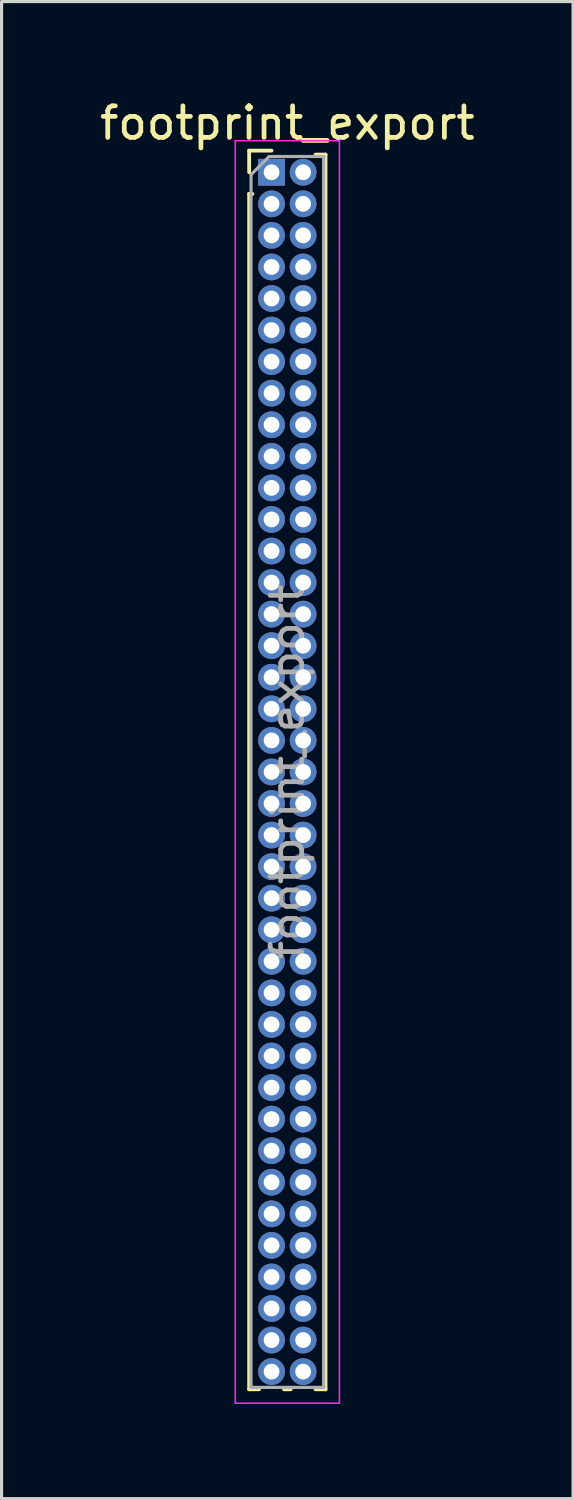
<source format=kicad_pcb>
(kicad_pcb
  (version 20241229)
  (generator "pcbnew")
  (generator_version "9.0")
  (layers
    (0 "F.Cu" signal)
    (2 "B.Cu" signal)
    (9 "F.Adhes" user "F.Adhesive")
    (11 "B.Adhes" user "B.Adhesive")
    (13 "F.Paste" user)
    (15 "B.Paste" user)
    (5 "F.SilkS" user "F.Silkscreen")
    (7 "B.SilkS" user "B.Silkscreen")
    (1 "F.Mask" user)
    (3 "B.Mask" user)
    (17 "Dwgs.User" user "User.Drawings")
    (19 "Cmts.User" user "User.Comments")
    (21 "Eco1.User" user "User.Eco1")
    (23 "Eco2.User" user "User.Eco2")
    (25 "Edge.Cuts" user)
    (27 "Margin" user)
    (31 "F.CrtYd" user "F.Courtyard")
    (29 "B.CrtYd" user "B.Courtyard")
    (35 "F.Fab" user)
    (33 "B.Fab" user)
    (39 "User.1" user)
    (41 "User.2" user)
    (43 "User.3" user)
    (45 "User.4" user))
  (footprint "footprint_export"
    (layer "F.Cu")
    (at 5.554 2.408)
    (property "Reference" "footprint_export" (at 0.5 -1.56 0) (layer "F.SilkS") (effects (font (size 1 1) (thickness 0.15))))
    (attr through_hole)
    (fp_line (start -0.71 -0.685) (end 0 -0.685) (stroke (width 0.12) (type solid)) (layer "F.SilkS"))
    (fp_line (start -0.71 0) (end -0.71 -0.685) (stroke (width 0.12) (type solid)) (layer "F.SilkS"))
    (fp_line (start -0.71 0.685) (end -0.71 38.56) (stroke (width 0.12) (type solid)) (layer "F.SilkS"))
    (fp_line (start -0.71 0.685) (end -0.608 0.685) (stroke (width 0.12) (type solid)) (layer "F.SilkS"))
    (fp_line (start -0.71 38.56) (end -0.394 38.56) (stroke (width 0.12) (type solid)) (layer "F.SilkS"))
    (fp_line (start 0.394 38.56) (end 0.606 38.56) (stroke (width 0.12) (type solid)) (layer "F.SilkS"))
    (fp_line (start 1.394 -0.56) (end 1.71 -0.56) (stroke (width 0.12) (type solid)) (layer "F.SilkS"))
    (fp_line (start 1.394 38.56) (end 1.71 38.56) (stroke (width 0.12) (type solid)) (layer "F.SilkS"))
    (fp_line (start 1.71 -0.56) (end 1.71 38.56) (stroke (width 0.12) (type solid)) (layer "F.SilkS"))
    (fp_line (start -1.15 -1) (end -1.15 39) (stroke (width 0.05) (type solid)) (layer "F.CrtYd"))
    (fp_line (start -1.15 39) (end 2.15 39) (stroke (width 0.05) (type solid)) (layer "F.CrtYd"))
    (fp_line (start 2.15 -1) (end -1.15 -1) (stroke (width 0.05) (type solid)) (layer "F.CrtYd"))
    (fp_line (start 2.15 39) (end 2.15 -1) (stroke (width 0.05) (type solid)) (layer "F.CrtYd"))
    (fp_line (start -0.65 0.075) (end -0.075 -0.5) (stroke (width 0.1) (type solid)) (layer "F.Fab"))
    (fp_line (start -0.65 38.5) (end -0.65 0.075) (stroke (width 0.1) (type solid)) (layer "F.Fab"))
    (fp_line (start -0.075 -0.5) (end 1.65 -0.5) (stroke (width 0.1) (type solid)) (layer "F.Fab"))
    (fp_line (start 1.65 -0.5) (end 1.65 38.5) (stroke (width 0.1) (type solid)) (layer "F.Fab"))
    (fp_line (start 1.65 38.5) (end -0.65 38.5) (stroke (width 0.1) (type solid)) (layer "F.Fab"))
    (fp_text user "${REFERENCE}" (at 0.5 19 90) (layer "F.Fab") (effects (font (size 1 1) (thickness 0.15))))
    (pad "1" thru_hole rect (at 0 0) (size 0.85 0.85) (drill 0.5) (layers "*.Cu" "*.Mask"))
    (pad "2" thru_hole oval (at 1 0) (size 0.85 0.85) (drill 0.5) (layers "*.Cu" "*.Mask"))
    (pad "3" thru_hole oval (at 0 1) (size 0.85 0.85) (drill 0.5) (layers "*.Cu" "*.Mask"))
    (pad "4" thru_hole oval (at 1 1) (size 0.85 0.85) (drill 0.5) (layers "*.Cu" "*.Mask"))
    (pad "5" thru_hole oval (at 0 2) (size 0.85 0.85) (drill 0.5) (layers "*.Cu" "*.Mask"))
    (pad "6" thru_hole oval (at 1 2) (size 0.85 0.85) (drill 0.5) (layers "*.Cu" "*.Mask"))
    (pad "7" thru_hole oval (at 0 3) (size 0.85 0.85) (drill 0.5) (layers "*.Cu" "*.Mask"))
    (pad "8" thru_hole oval (at 1 3) (size 0.85 0.85) (drill 0.5) (layers "*.Cu" "*.Mask"))
    (pad "9" thru_hole oval (at 0 4) (size 0.85 0.85) (drill 0.5) (layers "*.Cu" "*.Mask"))
    (pad "10" thru_hole oval (at 1 4) (size 0.85 0.85) (drill 0.5) (layers "*.Cu" "*.Mask"))
    (pad "11" thru_hole oval (at 0 5) (size 0.85 0.85) (drill 0.5) (layers "*.Cu" "*.Mask"))
    (pad "12" thru_hole oval (at 1 5) (size 0.85 0.85) (drill 0.5) (layers "*.Cu" "*.Mask"))
    (pad "13" thru_hole oval (at 0 6) (size 0.85 0.85) (drill 0.5) (layers "*.Cu" "*.Mask"))
    (pad "14" thru_hole oval (at 1 6) (size 0.85 0.85) (drill 0.5) (layers "*.Cu" "*.Mask"))
    (pad "15" thru_hole oval (at 0 7) (size 0.85 0.85) (drill 0.5) (layers "*.Cu" "*.Mask"))
    (pad "16" thru_hole oval (at 1 7) (size 0.85 0.85) (drill 0.5) (layers "*.Cu" "*.Mask"))
    (pad "17" thru_hole oval (at 0 8) (size 0.85 0.85) (drill 0.5) (layers "*.Cu" "*.Mask"))
    (pad "18" thru_hole oval (at 1 8) (size 0.85 0.85) (drill 0.5) (layers "*.Cu" "*.Mask"))
    (pad "19" thru_hole oval (at 0 9) (size 0.85 0.85) (drill 0.5) (layers "*.Cu" "*.Mask"))
    (pad "20" thru_hole oval (at 1 9) (size 0.85 0.85) (drill 0.5) (layers "*.Cu" "*.Mask"))
    (pad "21" thru_hole oval (at 0 10) (size 0.85 0.85) (drill 0.5) (layers "*.Cu" "*.Mask"))
    (pad "22" thru_hole oval (at 1 10) (size 0.85 0.85) (drill 0.5) (layers "*.Cu" "*.Mask"))
    (pad "23" thru_hole oval (at 0 11) (size 0.85 0.85) (drill 0.5) (layers "*.Cu" "*.Mask"))
    (pad "24" thru_hole oval (at 1 11) (size 0.85 0.85) (drill 0.5) (layers "*.Cu" "*.Mask"))
    (pad "25" thru_hole oval (at 0 12) (size 0.85 0.85) (drill 0.5) (layers "*.Cu" "*.Mask"))
    (pad "26" thru_hole oval (at 1 12) (size 0.85 0.85) (drill 0.5) (layers "*.Cu" "*.Mask"))
    (pad "27" thru_hole oval (at 0 13) (size 0.85 0.85) (drill 0.5) (layers "*.Cu" "*.Mask"))
    (pad "28" thru_hole oval (at 1 13) (size 0.85 0.85) (drill 0.5) (layers "*.Cu" "*.Mask"))
    (pad "29" thru_hole oval (at 0 14) (size 0.85 0.85) (drill 0.5) (layers "*.Cu" "*.Mask"))
    (pad "30" thru_hole oval (at 1 14) (size 0.85 0.85) (drill 0.5) (layers "*.Cu" "*.Mask"))
    (pad "31" thru_hole oval (at 0 15) (size 0.85 0.85) (drill 0.5) (layers "*.Cu" "*.Mask"))
    (pad "32" thru_hole oval (at 1 15) (size 0.85 0.85) (drill 0.5) (layers "*.Cu" "*.Mask"))
    (pad "33" thru_hole oval (at 0 16) (size 0.85 0.85) (drill 0.5) (layers "*.Cu" "*.Mask"))
    (pad "34" thru_hole oval (at 1 16) (size 0.85 0.85) (drill 0.5) (layers "*.Cu" "*.Mask"))
    (pad "35" thru_hole oval (at 0 17) (size 0.85 0.85) (drill 0.5) (layers "*.Cu" "*.Mask"))
    (pad "36" thru_hole oval (at 1 17) (size 0.85 0.85) (drill 0.5) (layers "*.Cu" "*.Mask"))
    (pad "37" thru_hole oval (at 0 18) (size 0.85 0.85) (drill 0.5) (layers "*.Cu" "*.Mask"))
    (pad "38" thru_hole oval (at 1 18) (size 0.85 0.85) (drill 0.5) (layers "*.Cu" "*.Mask"))
    (pad "39" thru_hole oval (at 0 19) (size 0.85 0.85) (drill 0.5) (layers "*.Cu" "*.Mask"))
    (pad "40" thru_hole oval (at 1 19) (size 0.85 0.85) (drill 0.5) (layers "*.Cu" "*.Mask"))
    (pad "41" thru_hole oval (at 0 20) (size 0.85 0.85) (drill 0.5) (layers "*.Cu" "*.Mask"))
    (pad "42" thru_hole oval (at 1 20) (size 0.85 0.85) (drill 0.5) (layers "*.Cu" "*.Mask"))
    (pad "43" thru_hole oval (at 0 21) (size 0.85 0.85) (drill 0.5) (layers "*.Cu" "*.Mask"))
    (pad "44" thru_hole oval (at 1 21) (size 0.85 0.85) (drill 0.5) (layers "*.Cu" "*.Mask"))
    (pad "45" thru_hole oval (at 0 22) (size 0.85 0.85) (drill 0.5) (layers "*.Cu" "*.Mask"))
    (pad "46" thru_hole oval (at 1 22) (size 0.85 0.85) (drill 0.5) (layers "*.Cu" "*.Mask"))
    (pad "47" thru_hole oval (at 0 23) (size 0.85 0.85) (drill 0.5) (layers "*.Cu" "*.Mask"))
    (pad "48" thru_hole oval (at 1 23) (size 0.85 0.85) (drill 0.5) (layers "*.Cu" "*.Mask"))
    (pad "49" thru_hole oval (at 0 24) (size 0.85 0.85) (drill 0.5) (layers "*.Cu" "*.Mask"))
    (pad "50" thru_hole oval (at 1 24) (size 0.85 0.85) (drill 0.5) (layers "*.Cu" "*.Mask"))
    (pad "51" thru_hole oval (at 0 25) (size 0.85 0.85) (drill 0.5) (layers "*.Cu" "*.Mask"))
    (pad "52" thru_hole oval (at 1 25) (size 0.85 0.85) (drill 0.5) (layers "*.Cu" "*.Mask"))
    (pad "53" thru_hole oval (at 0 26) (size 0.85 0.85) (drill 0.5) (layers "*.Cu" "*.Mask"))
    (pad "54" thru_hole oval (at 1 26) (size 0.85 0.85) (drill 0.5) (layers "*.Cu" "*.Mask"))
    (pad "55" thru_hole oval (at 0 27) (size 0.85 0.85) (drill 0.5) (layers "*.Cu" "*.Mask"))
    (pad "56" thru_hole oval (at 1 27) (size 0.85 0.85) (drill 0.5) (layers "*.Cu" "*.Mask"))
    (pad "57" thru_hole oval (at 0 28) (size 0.85 0.85) (drill 0.5) (layers "*.Cu" "*.Mask"))
    (pad "58" thru_hole oval (at 1 28) (size 0.85 0.85) (drill 0.5) (layers "*.Cu" "*.Mask"))
    (pad "59" thru_hole oval (at 0 29) (size 0.85 0.85) (drill 0.5) (layers "*.Cu" "*.Mask"))
    (pad "60" thru_hole oval (at 1 29) (size 0.85 0.85) (drill 0.5) (layers "*.Cu" "*.Mask"))
    (pad "61" thru_hole oval (at 0 30) (size 0.85 0.85) (drill 0.5) (layers "*.Cu" "*.Mask"))
    (pad "62" thru_hole oval (at 1 30) (size 0.85 0.85) (drill 0.5) (layers "*.Cu" "*.Mask"))
    (pad "63" thru_hole oval (at 0 31) (size 0.85 0.85) (drill 0.5) (layers "*.Cu" "*.Mask"))
    (pad "64" thru_hole oval (at 1 31) (size 0.85 0.85) (drill 0.5) (layers "*.Cu" "*.Mask"))
    (pad "65" thru_hole oval (at 0 32) (size 0.85 0.85) (drill 0.5) (layers "*.Cu" "*.Mask"))
    (pad "66" thru_hole oval (at 1 32) (size 0.85 0.85) (drill 0.5) (layers "*.Cu" "*.Mask"))
    (pad "67" thru_hole oval (at 0 33) (size 0.85 0.85) (drill 0.5) (layers "*.Cu" "*.Mask"))
    (pad "68" thru_hole oval (at 1 33) (size 0.85 0.85) (drill 0.5) (layers "*.Cu" "*.Mask"))
    (pad "69" thru_hole oval (at 0 34) (size 0.85 0.85) (drill 0.5) (layers "*.Cu" "*.Mask"))
    (pad "70" thru_hole oval (at 1 34) (size 0.85 0.85) (drill 0.5) (layers "*.Cu" "*.Mask"))
    (pad "71" thru_hole oval (at 0 35) (size 0.85 0.85) (drill 0.5) (layers "*.Cu" "*.Mask"))
    (pad "72" thru_hole oval (at 1 35) (size 0.85 0.85) (drill 0.5) (layers "*.Cu" "*.Mask"))
    (pad "73" thru_hole oval (at 0 36) (size 0.85 0.85) (drill 0.5) (layers "*.Cu" "*.Mask"))
    (pad "74" thru_hole oval (at 1 36) (size 0.85 0.85) (drill 0.5) (layers "*.Cu" "*.Mask"))
    (pad "75" thru_hole oval (at 0 37) (size 0.85 0.85) (drill 0.5) (layers "*.Cu" "*.Mask"))
    (pad "76" thru_hole oval (at 1 37) (size 0.85 0.85) (drill 0.5) (layers "*.Cu" "*.Mask"))
    (pad "77" thru_hole oval (at 0 38) (size 0.85 0.85) (drill 0.5) (layers "*.Cu" "*.Mask"))
    (pad "78" thru_hole oval (at 1 38) (size 0.85 0.85) (drill 0.5) (layers "*.Cu" "*.Mask")))
  (gr_rect
    (start -3 -3)
    (end 15.107 44.433)
    (stroke (width 0.1) (type default))
    (fill no)
    (layer "Edge.Cuts")))
</source>
